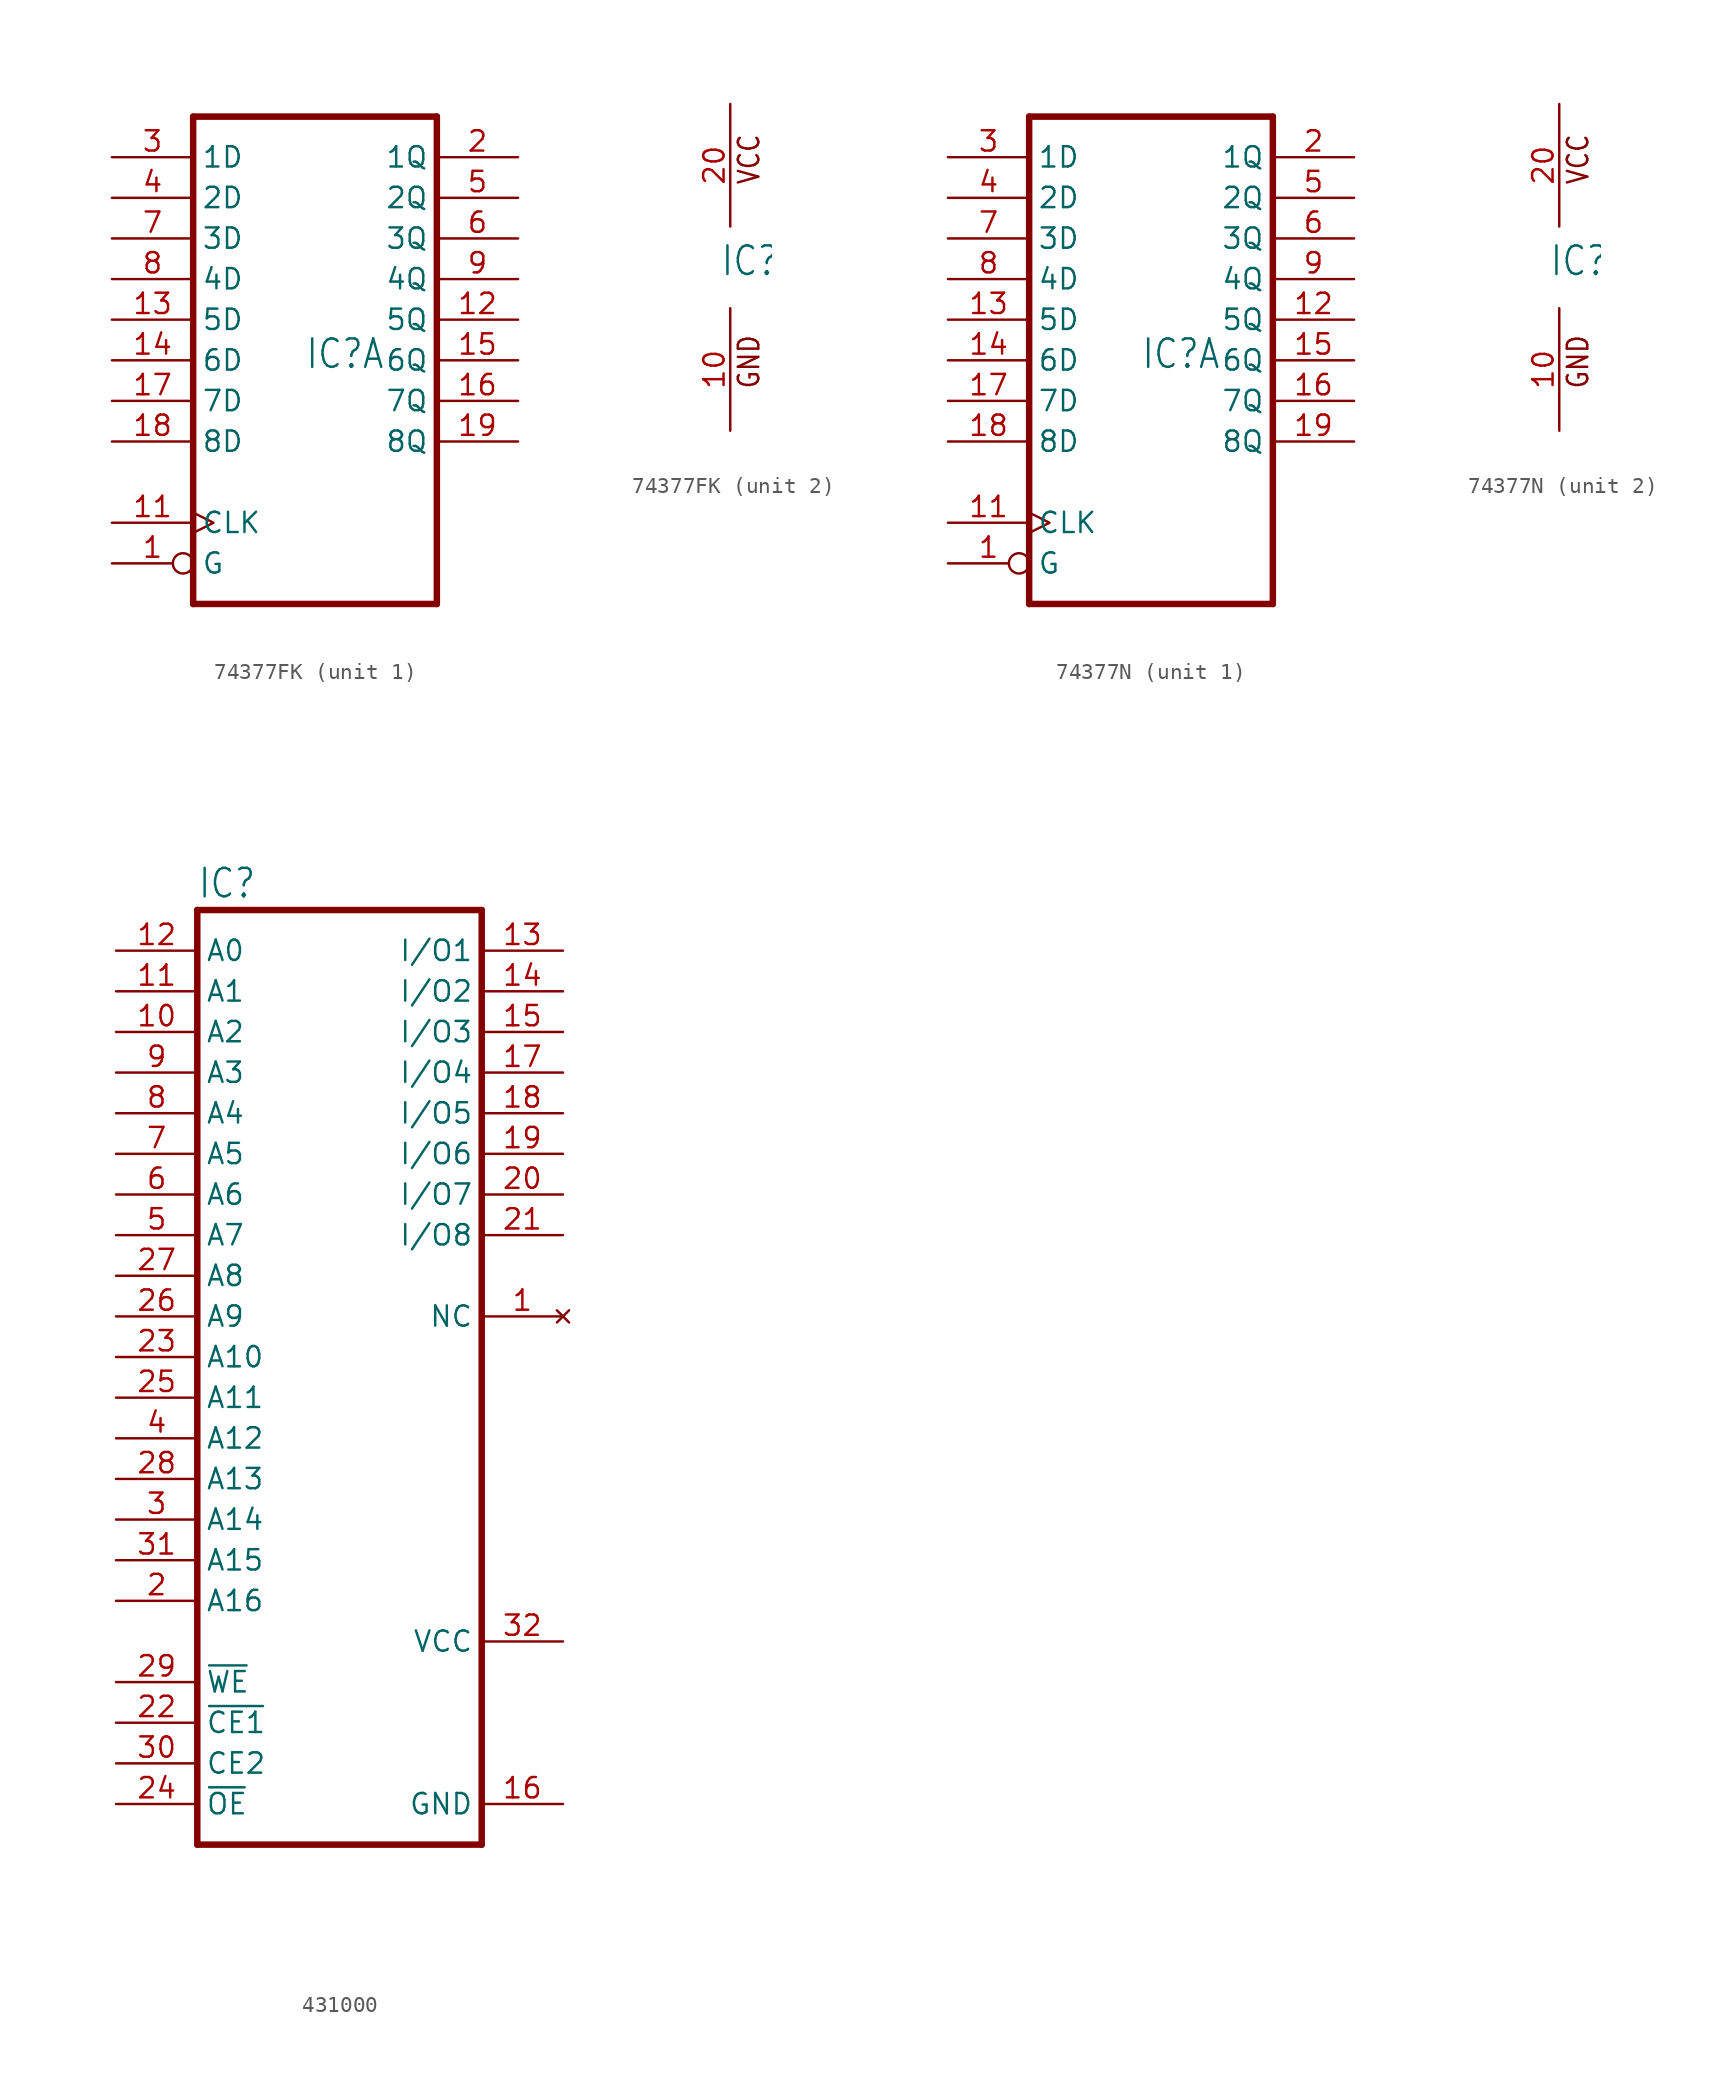
<source format=kicad_sym>
(kicad_symbol_lib
  (version 20220914)
  (generator kicad_symbol_editor)
  (symbol "74377FK"
    (property "Reference" "IC"
      (at -0.635 -0.635 0)
      (effects (font (size 1.778 1.511)) (justify left bottom)))
    (property "ki_locked" ""
      (at 0 0 0)
      (effects (font (size 1.27 1.27))))
    (symbol "74377FK_1_0"
      (polyline (pts (xy -7.62 -15.24) (xy 7.62 -15.24)) (stroke (width 0.406) (type solid)) (fill (type none)))
      (polyline (pts (xy -7.62 15.24) (xy -7.62 -15.24)) (stroke (width 0.406) (type solid)) (fill (type none)))
      (polyline (pts (xy 7.62 -15.24) (xy 7.62 15.24)) (stroke (width 0.406) (type solid)) (fill (type none)))
      (polyline (pts (xy 7.62 15.24) (xy -7.62 15.24)) (stroke (width 0.406) (type solid)) (fill (type none)))
      (pin input inverted (at -12.7 -12.7 0) (length 5.08) (name "G" (effects (font (size 1.27 1.27)))) (number "1" (effects (font (size 1.27 1.27)))))
      (pin input clock (at -12.7 -10.16 0) (length 5.08) (name "CLK" (effects (font (size 1.27 1.27)))) (number "11" (effects (font (size 1.27 1.27)))))
      (pin output line (at 12.7 2.54 180) (length 5.08) (name "5Q" (effects (font (size 1.27 1.27)))) (number "12" (effects (font (size 1.27 1.27)))))
      (pin input line (at -12.7 2.54 0) (length 5.08) (name "5D" (effects (font (size 1.27 1.27)))) (number "13" (effects (font (size 1.27 1.27)))))
      (pin input line (at -12.7 0 0) (length 5.08) (name "6D" (effects (font (size 1.27 1.27)))) (number "14" (effects (font (size 1.27 1.27)))))
      (pin output line (at 12.7 0 180) (length 5.08) (name "6Q" (effects (font (size 1.27 1.27)))) (number "15" (effects (font (size 1.27 1.27)))))
      (pin output line (at 12.7 -2.54 180) (length 5.08) (name "7Q" (effects (font (size 1.27 1.27)))) (number "16" (effects (font (size 1.27 1.27)))))
      (pin input line (at -12.7 -2.54 0) (length 5.08) (name "7D" (effects (font (size 1.27 1.27)))) (number "17" (effects (font (size 1.27 1.27)))))
      (pin input line (at -12.7 -5.08 0) (length 5.08) (name "8D" (effects (font (size 1.27 1.27)))) (number "18" (effects (font (size 1.27 1.27)))))
      (pin output line (at 12.7 -5.08 180) (length 5.08) (name "8Q" (effects (font (size 1.27 1.27)))) (number "19" (effects (font (size 1.27 1.27)))))
      (pin output line (at 12.7 12.7 180) (length 5.08) (name "1Q" (effects (font (size 1.27 1.27)))) (number "2" (effects (font (size 1.27 1.27)))))
      (pin input line (at -12.7 12.7 0) (length 5.08) (name "1D" (effects (font (size 1.27 1.27)))) (number "3" (effects (font (size 1.27 1.27)))))
      (pin input line (at -12.7 10.16 0) (length 5.08) (name "2D" (effects (font (size 1.27 1.27)))) (number "4" (effects (font (size 1.27 1.27)))))
      (pin output line (at 12.7 10.16 180) (length 5.08) (name "2Q" (effects (font (size 1.27 1.27)))) (number "5" (effects (font (size 1.27 1.27)))))
      (pin output line (at 12.7 7.62 180) (length 5.08) (name "3Q" (effects (font (size 1.27 1.27)))) (number "6" (effects (font (size 1.27 1.27)))))
      (pin input line (at -12.7 7.62 0) (length 5.08) (name "3D" (effects (font (size 1.27 1.27)))) (number "7" (effects (font (size 1.27 1.27)))))
      (pin input line (at -12.7 5.08 0) (length 5.08) (name "4D" (effects (font (size 1.27 1.27)))) (number "8" (effects (font (size 1.27 1.27)))))
      (pin output line (at 12.7 5.08 180) (length 5.08) (name "4Q" (effects (font (size 1.27 1.27)))) (number "9" (effects (font (size 1.27 1.27))))))
    (symbol "74377FK_2_0"
      (text "GND" (at 1.905 -7.62 900) (effects (font (size 1.27 1.079)) (justify left bottom)))
      (text "VCC" (at 1.905 5.08 900) (effects (font (size 1.27 1.079)) (justify left bottom)))
      (pin power_in line (at 0 -10.16 90) (length 7.62) (name "GND" (effects (font (size 0 0)))) (number "10" (effects (font (size 1.27 1.27)))))
      (pin power_in line (at 0 10.16 270) (length 7.62) (name "VCC" (effects (font (size 0 0)))) (number "20" (effects (font (size 1.27 1.27)))))))
  (symbol "74377N"
    (property "Reference" "IC"
      (at -0.635 -0.635 0)
      (effects (font (size 1.778 1.511)) (justify left bottom)))
    (property "ki_locked" ""
      (at 0 0 0)
      (effects (font (size 1.27 1.27))))
    (symbol "74377N_1_0"
      (polyline (pts (xy -7.62 -15.24) (xy 7.62 -15.24)) (stroke (width 0.406) (type solid)) (fill (type none)))
      (polyline (pts (xy -7.62 15.24) (xy -7.62 -15.24)) (stroke (width 0.406) (type solid)) (fill (type none)))
      (polyline (pts (xy 7.62 -15.24) (xy 7.62 15.24)) (stroke (width 0.406) (type solid)) (fill (type none)))
      (polyline (pts (xy 7.62 15.24) (xy -7.62 15.24)) (stroke (width 0.406) (type solid)) (fill (type none)))
      (pin input inverted (at -12.7 -12.7 0) (length 5.08) (name "G" (effects (font (size 1.27 1.27)))) (number "1" (effects (font (size 1.27 1.27)))))
      (pin input clock (at -12.7 -10.16 0) (length 5.08) (name "CLK" (effects (font (size 1.27 1.27)))) (number "11" (effects (font (size 1.27 1.27)))))
      (pin output line (at 12.7 2.54 180) (length 5.08) (name "5Q" (effects (font (size 1.27 1.27)))) (number "12" (effects (font (size 1.27 1.27)))))
      (pin input line (at -12.7 2.54 0) (length 5.08) (name "5D" (effects (font (size 1.27 1.27)))) (number "13" (effects (font (size 1.27 1.27)))))
      (pin input line (at -12.7 0 0) (length 5.08) (name "6D" (effects (font (size 1.27 1.27)))) (number "14" (effects (font (size 1.27 1.27)))))
      (pin output line (at 12.7 0 180) (length 5.08) (name "6Q" (effects (font (size 1.27 1.27)))) (number "15" (effects (font (size 1.27 1.27)))))
      (pin output line (at 12.7 -2.54 180) (length 5.08) (name "7Q" (effects (font (size 1.27 1.27)))) (number "16" (effects (font (size 1.27 1.27)))))
      (pin input line (at -12.7 -2.54 0) (length 5.08) (name "7D" (effects (font (size 1.27 1.27)))) (number "17" (effects (font (size 1.27 1.27)))))
      (pin input line (at -12.7 -5.08 0) (length 5.08) (name "8D" (effects (font (size 1.27 1.27)))) (number "18" (effects (font (size 1.27 1.27)))))
      (pin output line (at 12.7 -5.08 180) (length 5.08) (name "8Q" (effects (font (size 1.27 1.27)))) (number "19" (effects (font (size 1.27 1.27)))))
      (pin output line (at 12.7 12.7 180) (length 5.08) (name "1Q" (effects (font (size 1.27 1.27)))) (number "2" (effects (font (size 1.27 1.27)))))
      (pin input line (at -12.7 12.7 0) (length 5.08) (name "1D" (effects (font (size 1.27 1.27)))) (number "3" (effects (font (size 1.27 1.27)))))
      (pin input line (at -12.7 10.16 0) (length 5.08) (name "2D" (effects (font (size 1.27 1.27)))) (number "4" (effects (font (size 1.27 1.27)))))
      (pin output line (at 12.7 10.16 180) (length 5.08) (name "2Q" (effects (font (size 1.27 1.27)))) (number "5" (effects (font (size 1.27 1.27)))))
      (pin output line (at 12.7 7.62 180) (length 5.08) (name "3Q" (effects (font (size 1.27 1.27)))) (number "6" (effects (font (size 1.27 1.27)))))
      (pin input line (at -12.7 7.62 0) (length 5.08) (name "3D" (effects (font (size 1.27 1.27)))) (number "7" (effects (font (size 1.27 1.27)))))
      (pin input line (at -12.7 5.08 0) (length 5.08) (name "4D" (effects (font (size 1.27 1.27)))) (number "8" (effects (font (size 1.27 1.27)))))
      (pin output line (at 12.7 5.08 180) (length 5.08) (name "4Q" (effects (font (size 1.27 1.27)))) (number "9" (effects (font (size 1.27 1.27))))))
    (symbol "74377N_2_0"
      (text "GND" (at 1.905 -7.62 900) (effects (font (size 1.27 1.079)) (justify left bottom)))
      (text "VCC" (at 1.905 5.08 900) (effects (font (size 1.27 1.079)) (justify left bottom)))
      (pin power_in line (at 0 -10.16 90) (length 7.62) (name "GND" (effects (font (size 0 0)))) (number "10" (effects (font (size 1.27 1.27)))))
      (pin power_in line (at 0 10.16 270) (length 7.62) (name "VCC" (effects (font (size 0 0)))) (number "20" (effects (font (size 1.27 1.27)))))))
  (symbol "431000"
    (property "Reference" "IC"
      (at -7.62 20.955 0)
      (effects (font (size 1.778 1.511)) (justify left bottom)))
    (property "Value" ""
      (at -7.62 -40.64 0)
      (effects (font (size 1.778 1.511)) (justify left bottom)))
    (property "ki_locked" ""
      (at 0 0 0)
      (effects (font (size 1.27 1.27))))
    (symbol "431000_1_0"
      (polyline (pts (xy -7.62 -38.1) (xy -7.62 20.32)) (stroke (width 0.406) (type solid)) (fill (type none)))
      (polyline (pts (xy -7.62 -38.1) (xy 10.16 -38.1)) (stroke (width 0.406) (type solid)) (fill (type none)))
      (polyline (pts (xy 10.16 20.32) (xy -7.62 20.32)) (stroke (width 0.406) (type solid)) (fill (type none)))
      (polyline (pts (xy 10.16 20.32) (xy 10.16 -38.1)) (stroke (width 0.406) (type solid)) (fill (type none)))
      (pin no_connect line (at 15.24 -5.08 180) (length 5.08) (name "NC" (effects (font (size 1.27 1.27)))) (number "1" (effects (font (size 1.27 1.27)))))
      (pin input line (at -12.7 12.7 0) (length 5.08) (name "A2" (effects (font (size 1.27 1.27)))) (number "10" (effects (font (size 1.27 1.27)))))
      (pin input line (at -12.7 15.24 0) (length 5.08) (name "A1" (effects (font (size 1.27 1.27)))) (number "11" (effects (font (size 1.27 1.27)))))
      (pin input line (at -12.7 17.78 0) (length 5.08) (name "A0" (effects (font (size 1.27 1.27)))) (number "12" (effects (font (size 1.27 1.27)))))
      (pin bidirectional line (at 15.24 17.78 180) (length 5.08) (name "I/O1" (effects (font (size 1.27 1.27)))) (number "13" (effects (font (size 1.27 1.27)))))
      (pin bidirectional line (at 15.24 15.24 180) (length 5.08) (name "I/O2" (effects (font (size 1.27 1.27)))) (number "14" (effects (font (size 1.27 1.27)))))
      (pin bidirectional line (at 15.24 12.7 180) (length 5.08) (name "I/O3" (effects (font (size 1.27 1.27)))) (number "15" (effects (font (size 1.27 1.27)))))
      (pin power_in line (at 15.24 -35.56 180) (length 5.08) (name "GND" (effects (font (size 1.27 1.27)))) (number "16" (effects (font (size 1.27 1.27)))))
      (pin bidirectional line (at 15.24 10.16 180) (length 5.08) (name "I/O4" (effects (font (size 1.27 1.27)))) (number "17" (effects (font (size 1.27 1.27)))))
      (pin bidirectional line (at 15.24 7.62 180) (length 5.08) (name "I/O5" (effects (font (size 1.27 1.27)))) (number "18" (effects (font (size 1.27 1.27)))))
      (pin bidirectional line (at 15.24 5.08 180) (length 5.08) (name "I/O6" (effects (font (size 1.27 1.27)))) (number "19" (effects (font (size 1.27 1.27)))))
      (pin input line (at -12.7 -22.86 0) (length 5.08) (name "A16" (effects (font (size 1.27 1.27)))) (number "2" (effects (font (size 1.27 1.27)))))
      (pin bidirectional line (at 15.24 2.54 180) (length 5.08) (name "I/O7" (effects (font (size 1.27 1.27)))) (number "20" (effects (font (size 1.27 1.27)))))
      (pin bidirectional line (at 15.24 0 180) (length 5.08) (name "I/O8" (effects (font (size 1.27 1.27)))) (number "21" (effects (font (size 1.27 1.27)))))
      (pin input line (at -12.7 -30.48 0) (length 5.08) (name "~{CE1}" (effects (font (size 1.27 1.27)))) (number "22" (effects (font (size 1.27 1.27)))))
      (pin input line (at -12.7 -7.62 0) (length 5.08) (name "A10" (effects (font (size 1.27 1.27)))) (number "23" (effects (font (size 1.27 1.27)))))
      (pin input line (at -12.7 -35.56 0) (length 5.08) (name "~{OE}" (effects (font (size 1.27 1.27)))) (number "24" (effects (font (size 1.27 1.27)))))
      (pin input line (at -12.7 -10.16 0) (length 5.08) (name "A11" (effects (font (size 1.27 1.27)))) (number "25" (effects (font (size 1.27 1.27)))))
      (pin input line (at -12.7 -5.08 0) (length 5.08) (name "A9" (effects (font (size 1.27 1.27)))) (number "26" (effects (font (size 1.27 1.27)))))
      (pin input line (at -12.7 -2.54 0) (length 5.08) (name "A8" (effects (font (size 1.27 1.27)))) (number "27" (effects (font (size 1.27 1.27)))))
      (pin input line (at -12.7 -15.24 0) (length 5.08) (name "A13" (effects (font (size 1.27 1.27)))) (number "28" (effects (font (size 1.27 1.27)))))
      (pin input line (at -12.7 -27.94 0) (length 5.08) (name "~{WE}" (effects (font (size 1.27 1.27)))) (number "29" (effects (font (size 1.27 1.27)))))
      (pin input line (at -12.7 -17.78 0) (length 5.08) (name "A14" (effects (font (size 1.27 1.27)))) (number "3" (effects (font (size 1.27 1.27)))))
      (pin input line (at -12.7 -33.02 0) (length 5.08) (name "CE2" (effects (font (size 1.27 1.27)))) (number "30" (effects (font (size 1.27 1.27)))))
      (pin input line (at -12.7 -20.32 0) (length 5.08) (name "A15" (effects (font (size 1.27 1.27)))) (number "31" (effects (font (size 1.27 1.27)))))
      (pin power_in line (at 15.24 -25.4 180) (length 5.08) (name "VCC" (effects (font (size 1.27 1.27)))) (number "32" (effects (font (size 1.27 1.27)))))
      (pin input line (at -12.7 -12.7 0) (length 5.08) (name "A12" (effects (font (size 1.27 1.27)))) (number "4" (effects (font (size 1.27 1.27)))))
      (pin input line (at -12.7 0 0) (length 5.08) (name "A7" (effects (font (size 1.27 1.27)))) (number "5" (effects (font (size 1.27 1.27)))))
      (pin input line (at -12.7 2.54 0) (length 5.08) (name "A6" (effects (font (size 1.27 1.27)))) (number "6" (effects (font (size 1.27 1.27)))))
      (pin input line (at -12.7 5.08 0) (length 5.08) (name "A5" (effects (font (size 1.27 1.27)))) (number "7" (effects (font (size 1.27 1.27)))))
      (pin input line (at -12.7 7.62 0) (length 5.08) (name "A4" (effects (font (size 1.27 1.27)))) (number "8" (effects (font (size 1.27 1.27)))))
      (pin input line (at -12.7 10.16 0) (length 5.08) (name "A3" (effects (font (size 1.27 1.27)))) (number "9" (effects (font (size 1.27 1.27))))))))
</source>
